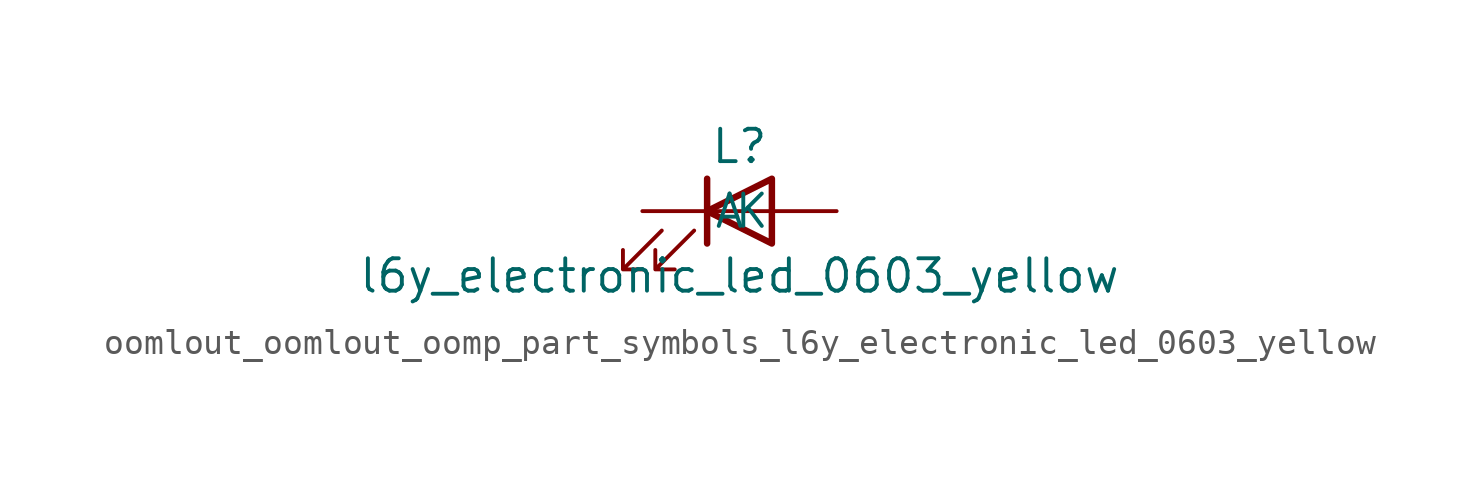
<source format=kicad_sym>
(kicad_symbol_lib
  (version 20220914)
  (generator kicad_symbol_editor)
  (symbol "oomlout_oomlout_oomp_part_symbols_l6y_electronic_led_0603_yellow"
    (pin_numbers hide)
    (pin_names
      (offset 1.016))
    (property "Reference" "L"
      (at 0 2.54 0)
      (effects (font (size 1.27 1.27))))
    (property "Value" "l6y_electronic_led_0603_yellow"
      (at 0 -2.54 0)
      (effects (font (size 1.27 1.27))))
    (symbol "oomlout_oomlout_oomp_part_symbols_l6y_electronic_led_0603_yellow_0_1"
      (polyline (pts (xy -1.27 -1.27) (xy -1.27 1.27)) (stroke (width 0.254) (type default)) (fill (type none)))
      (polyline (pts (xy -1.27 0) (xy 1.27 0)) (stroke (width 0) (type default)) (fill (type none)))
      (polyline (pts (xy 1.27 -1.27) (xy 1.27 1.27) (xy -1.27 0) (xy 1.27 -1.27)) (stroke (width 0.254) (type default)) (fill (type none)))
      (polyline (pts (xy -3.048 -0.762) (xy -4.572 -2.286) (xy -3.81 -2.286) (xy -4.572 -2.286) (xy -4.572 -1.524)) (stroke (width 0) (type default)) (fill (type none)))
      (polyline (pts (xy -1.778 -0.762) (xy -3.302 -2.286) (xy -2.54 -2.286) (xy -3.302 -2.286) (xy -3.302 -1.524)) (stroke (width 0) (type default)) (fill (type none))))
    (symbol "oomlout_oomlout_oomp_part_symbols_l6y_electronic_led_0603_yellow_1_1"
      (pin passive line (at -3.81 0 0) (length 2.54) (name "K" (effects (font (size 1.27 1.27)))) (number "1" (effects (font (size 1.27 1.27)))))
      (pin passive line (at 3.81 0 180) (length 2.54) (name "A" (effects (font (size 1.27 1.27)))) (number "2" (effects (font (size 1.27 1.27))))))))
</source>
